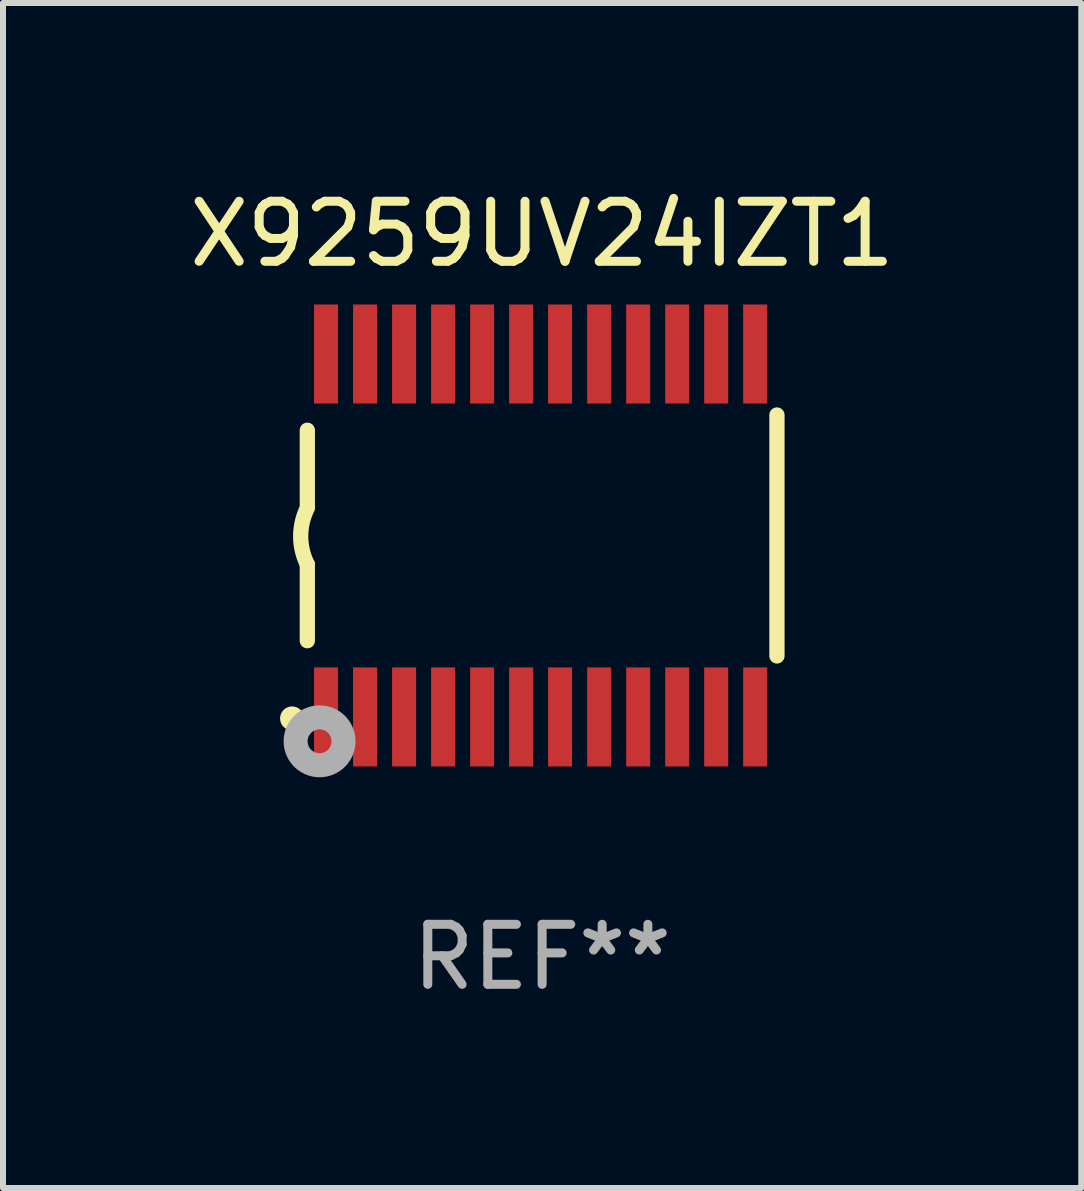
<source format=kicad_pcb>
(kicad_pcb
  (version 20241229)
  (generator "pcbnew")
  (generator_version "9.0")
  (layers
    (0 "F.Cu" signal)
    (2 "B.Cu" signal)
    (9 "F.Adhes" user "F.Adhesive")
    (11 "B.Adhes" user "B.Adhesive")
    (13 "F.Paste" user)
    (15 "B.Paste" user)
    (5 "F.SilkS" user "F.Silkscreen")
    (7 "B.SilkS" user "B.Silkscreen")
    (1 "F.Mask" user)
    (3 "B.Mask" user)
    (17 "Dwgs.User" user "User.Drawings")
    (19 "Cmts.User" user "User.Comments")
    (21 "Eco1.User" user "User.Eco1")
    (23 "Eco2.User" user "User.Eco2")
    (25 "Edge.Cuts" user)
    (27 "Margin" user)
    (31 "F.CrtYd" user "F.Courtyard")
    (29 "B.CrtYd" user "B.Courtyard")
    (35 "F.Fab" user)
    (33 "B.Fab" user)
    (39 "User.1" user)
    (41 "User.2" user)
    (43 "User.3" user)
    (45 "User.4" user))
  (footprint "X9259UV24IZT1"
    (layer "F.Cu")
    (at 5.982 5.871)
    (property "Reference" "X9259UV24IZT1" (at 0 -5.023 0) (layer "F.SilkS") (effects (font (size 1 1) (thickness 0.15))))
    (attr through_hole)
    (fp_line (start -3.912 -0.483) (end -3.912 -1.753) (stroke (width 0.254) (type solid)) (layer "F.SilkS"))
    (fp_line (start -3.912 1.753) (end -3.912 0.483) (stroke (width 0.254) (type solid)) (layer "F.SilkS"))
    (fp_line (start 3.912 -2.007) (end 3.912 2.007) (stroke (width 0.254) (type solid)) (layer "F.SilkS"))
    (fp_arc (start -3.911608 0.482601) (mid -4.022537 0.0127) (end -3.911608 -0.457201) (stroke (width 0.254001) (type solid)) (layer "F.SilkS"))
    (fp_circle (center -4.166 3.048) (end -4.066 3.048) (stroke (width 0.2) (type solid)) (fill no) (layer "F.SilkS"))
    (fp_circle (center -3.925 3.186) (end -3.895 3.186) (stroke (width 0.06) (type solid)) (fill no) (layer "F.SilkS"))
    (fp_circle (center -3.708 3.429) (end -3.509 3.429) (stroke (width 0.4) (type solid)) (fill no) (layer "F.Fab"))
    (fp_text user "REF**" (at 0 7.023 0) (layer "F.Fab") (effects (font (size 1 1) (thickness 0.15))))
    (pad "1" smd rect (at -3.6 3.023) (size 0.4 1.65) (layers "F.Cu" "F.Mask" "F.Paste"))
    (pad "2" smd rect (at -2.95 3.023) (size 0.4 1.65) (layers "F.Cu" "F.Mask" "F.Paste"))
    (pad "3" smd rect (at -2.3 3.023) (size 0.4 1.65) (layers "F.Cu" "F.Mask" "F.Paste"))
    (pad "4" smd rect (at -1.65 3.023) (size 0.4 1.65) (layers "F.Cu" "F.Mask" "F.Paste"))
    (pad "5" smd rect (at -1 3.023) (size 0.4 1.65) (layers "F.Cu" "F.Mask" "F.Paste"))
    (pad "6" smd rect (at -0.35 3.023) (size 0.4 1.65) (layers "F.Cu" "F.Mask" "F.Paste"))
    (pad "7" smd rect (at 0.299 3.023) (size 0.4 1.65) (layers "F.Cu" "F.Mask" "F.Paste"))
    (pad "8" smd rect (at 0.95 3.023) (size 0.4 1.65) (layers "F.Cu" "F.Mask" "F.Paste"))
    (pad "9" smd rect (at 1.6 3.023) (size 0.4 1.65) (layers "F.Cu" "F.Mask" "F.Paste"))
    (pad "10" smd rect (at 2.25 3.023) (size 0.4 1.65) (layers "F.Cu" "F.Mask" "F.Paste"))
    (pad "11" smd rect (at 2.9 3.023) (size 0.4 1.65) (layers "F.Cu" "F.Mask" "F.Paste"))
    (pad "12" smd rect (at 3.549 3.023) (size 0.4 1.65) (layers "F.Cu" "F.Mask" "F.Paste"))
    (pad "13" smd rect (at 3.549 -3.023) (size 0.4 1.65) (layers "F.Cu" "F.Mask" "F.Paste"))
    (pad "14" smd rect (at 2.9 -3.023) (size 0.4 1.65) (layers "F.Cu" "F.Mask" "F.Paste"))
    (pad "15" smd rect (at 2.25 -3.023) (size 0.4 1.65) (layers "F.Cu" "F.Mask" "F.Paste"))
    (pad "16" smd rect (at 1.6 -3.023) (size 0.4 1.65) (layers "F.Cu" "F.Mask" "F.Paste"))
    (pad "17" smd rect (at 0.95 -3.023) (size 0.4 1.65) (layers "F.Cu" "F.Mask" "F.Paste"))
    (pad "18" smd rect (at 0.299 -3.023) (size 0.4 1.65) (layers "F.Cu" "F.Mask" "F.Paste"))
    (pad "19" smd rect (at -0.35 -3.023) (size 0.4 1.65) (layers "F.Cu" "F.Mask" "F.Paste"))
    (pad "20" smd rect (at -1 -3.023) (size 0.4 1.65) (layers "F.Cu" "F.Mask" "F.Paste"))
    (pad "21" smd rect (at -1.65 -3.023) (size 0.4 1.65) (layers "F.Cu" "F.Mask" "F.Paste"))
    (pad "22" smd rect (at -2.3 -3.023) (size 0.4 1.65) (layers "F.Cu" "F.Mask" "F.Paste"))
    (pad "23" smd rect (at -2.95 -3.023) (size 0.4 1.65) (layers "F.Cu" "F.Mask" "F.Paste"))
    (pad "24" smd rect (at -3.6 -3.023) (size 0.4 1.65) (layers "F.Cu" "F.Mask" "F.Paste")))
  (gr_rect
    (start -3 -3)
    (end 14.964 16.742)
    (stroke (width 0.1) (type default))
    (fill no)
    (layer "Edge.Cuts")))
</source>
